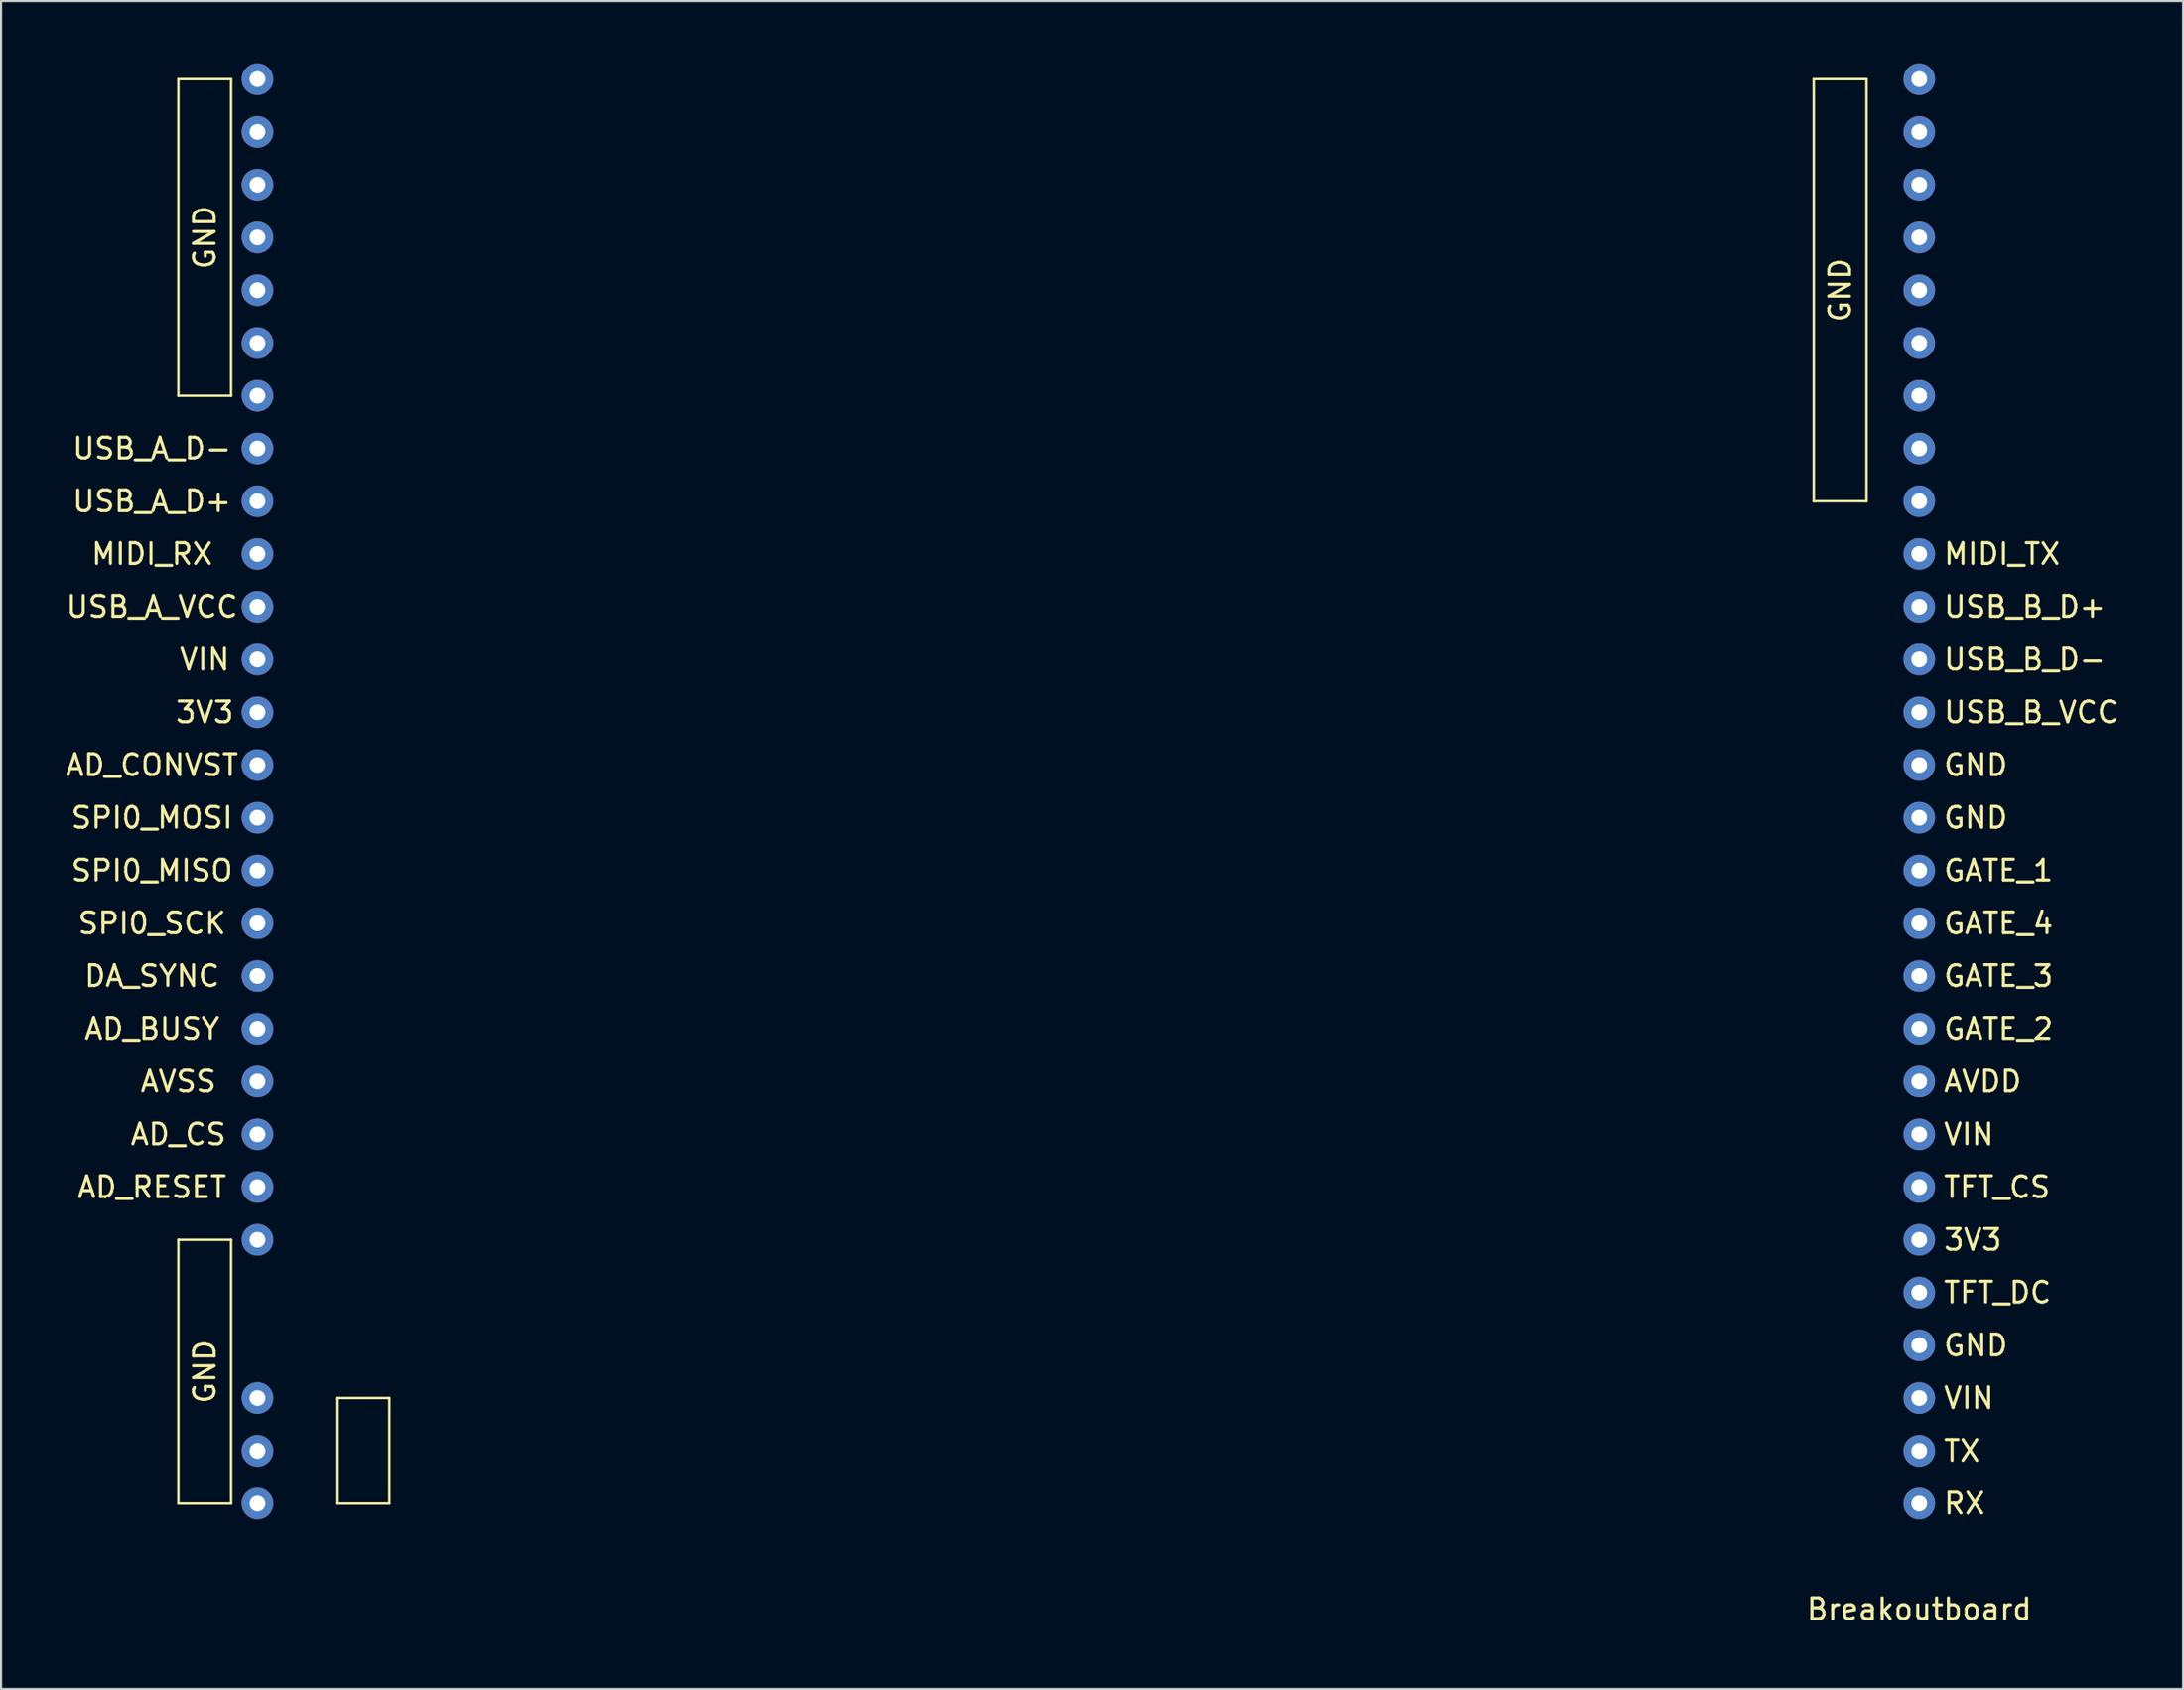
<source format=kicad_pcb>
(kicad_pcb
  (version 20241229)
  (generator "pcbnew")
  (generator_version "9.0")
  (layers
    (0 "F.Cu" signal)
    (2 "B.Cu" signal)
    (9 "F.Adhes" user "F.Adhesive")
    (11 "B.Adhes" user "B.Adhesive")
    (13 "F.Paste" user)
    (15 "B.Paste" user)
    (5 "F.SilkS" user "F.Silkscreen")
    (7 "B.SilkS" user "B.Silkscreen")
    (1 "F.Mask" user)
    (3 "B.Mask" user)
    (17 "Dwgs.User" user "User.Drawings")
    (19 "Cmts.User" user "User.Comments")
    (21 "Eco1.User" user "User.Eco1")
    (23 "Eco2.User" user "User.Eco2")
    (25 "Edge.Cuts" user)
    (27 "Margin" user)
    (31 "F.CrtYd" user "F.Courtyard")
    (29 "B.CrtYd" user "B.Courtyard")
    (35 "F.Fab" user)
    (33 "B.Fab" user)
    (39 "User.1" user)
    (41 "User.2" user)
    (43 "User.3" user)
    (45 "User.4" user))
  (footprint "Breakoutboard"
    (layer "F.Cu")
    (at 89.358 69.342)
    (property "Reference" "Breakoutboard" (at 0 5.08 0) (layer "F.SilkS") (effects (font (size 1 1) (thickness 0.15))))
    (attr through_hole)
    (fp_line (start -83.82 -68.58) (end -83.82 -53.34) (stroke (width 0.12) (type solid)) (layer "F.SilkS"))
    (fp_line (start -83.82 -53.34) (end -81.28 -53.34) (stroke (width 0.12) (type solid)) (layer "F.SilkS"))
    (fp_line (start -83.82 -12.7) (end -83.82 0) (stroke (width 0.12) (type solid)) (layer "F.SilkS"))
    (fp_line (start -83.82 0) (end -81.28 0) (stroke (width 0.12) (type solid)) (layer "F.SilkS"))
    (fp_line (start -81.28 -68.58) (end -83.82 -68.58) (stroke (width 0.12) (type solid)) (layer "F.SilkS"))
    (fp_line (start -81.28 -53.34) (end -81.28 -68.58) (stroke (width 0.12) (type solid)) (layer "F.SilkS"))
    (fp_line (start -81.28 -12.7) (end -83.82 -12.7) (stroke (width 0.12) (type solid)) (layer "F.SilkS"))
    (fp_line (start -81.28 0) (end -81.28 -12.7) (stroke (width 0.12) (type solid)) (layer "F.SilkS"))
    (fp_line (start -76.2 -5.08) (end -73.66 -5.08) (stroke (width 0.12) (type solid)) (layer "F.SilkS"))
    (fp_line (start -76.2 0) (end -76.2 -5.08) (stroke (width 0.12) (type solid)) (layer "F.SilkS"))
    (fp_line (start -73.66 -5.08) (end -73.66 0) (stroke (width 0.12) (type solid)) (layer "F.SilkS"))
    (fp_line (start -73.66 0) (end -76.2 0) (stroke (width 0.12) (type solid)) (layer "F.SilkS"))
    (fp_line (start -5.08 -68.58) (end -5.08 -48.26) (stroke (width 0.12) (type solid)) (layer "F.SilkS"))
    (fp_line (start -5.08 -68.58) (end -2.54 -68.58) (stroke (width 0.12) (type solid)) (layer "F.SilkS"))
    (fp_line (start -5.08 -48.26) (end -2.54 -48.26) (stroke (width 0.12) (type solid)) (layer "F.SilkS"))
    (fp_line (start -2.54 -48.26) (end -2.54 -68.58) (stroke (width 0.12) (type solid)) (layer "F.SilkS"))
    (fp_text user "AD_RESET" (at -85.09 -15.24 0) (layer "F.SilkS") (effects (font (size 1 1) (thickness 0.15))))
    (fp_text user "GATE_4" (at 3.818 -27.94 0) (layer "F.SilkS") (effects (font (size 1 1) (thickness 0.15))))
    (fp_text user "GATE_2" (at 3.818 -22.86 0) (layer "F.SilkS") (effects (font (size 1 1) (thickness 0.15))))
    (fp_text user "USB_B_VCC" (at 5.39 -38.1 0) (layer "F.SilkS") (effects (font (size 1 1) (thickness 0.15))))
    (fp_text user "TFT_DC" (at 3.77 -10.16 0) (layer "F.SilkS") (effects (font (size 1 1) (thickness 0.15))))
    (fp_text user "RX" (at 2.175 0 0) (layer "F.SilkS") (effects (font (size 1 1) (thickness 0.15))))
    (fp_text user "GND" (at 2.723 -35.56 0) (layer "F.SilkS") (effects (font (size 1 1) (thickness 0.15))))
    (fp_text user "SPI0_MISO" (at -85.09 -30.48 0) (layer "F.SilkS") (effects (font (size 1 1) (thickness 0.15))))
    (fp_text user "TX" (at 2.056 -2.54 0) (layer "F.SilkS") (effects (font (size 1 1) (thickness 0.15))))
    (fp_text user "SPI0_SCK" (at -85.09 -27.94 0) (layer "F.SilkS") (effects (font (size 1 1) (thickness 0.15))))
    (fp_text user "USB_A_D-" (at -85.09 -50.8 0) (layer "F.SilkS") (effects (font (size 1 1) (thickness 0.15))))
    (fp_text user "GND" (at -82.55 -60.96 90) (layer "F.SilkS") (effects (font (size 1 1) (thickness 0.15))))
    (fp_text user "GATE_1" (at 3.818 -30.48 0) (layer "F.SilkS") (effects (font (size 1 1) (thickness 0.15))))
    (fp_text user "AD_CONVST" (at -85.09 -35.56 0) (layer "F.SilkS") (effects (font (size 1 1) (thickness 0.15))))
    (fp_text user "VIN" (at -82.55 -40.64 0) (layer "F.SilkS") (effects (font (size 1 1) (thickness 0.15))))
    (fp_text user "VIN" (at 2.39 -5.08 0) (layer "F.SilkS") (effects (font (size 1 1) (thickness 0.15))))
    (fp_text user "3V3" (at 2.58 -12.7 0) (layer "F.SilkS") (effects (font (size 1 1) (thickness 0.15))))
    (fp_text user "USB_A_D+" (at -85.09 -48.26 0) (layer "F.SilkS") (effects (font (size 1 1) (thickness 0.15))))
    (fp_text user "MIDI_RX" (at -85.09 -45.72 0) (layer "F.SilkS") (effects (font (size 1 1) (thickness 0.15))))
    (fp_text user "3V3" (at -82.55 -38.1 0) (layer "F.SilkS") (effects (font (size 1 1) (thickness 0.15))))
    (fp_text user "AD_CS" (at -83.82 -17.78 0) (layer "F.SilkS") (effects (font (size 1 1) (thickness 0.15))))
    (fp_text user "AVSS" (at -83.82 -20.32 0) (layer "F.SilkS") (effects (font (size 1 1) (thickness 0.15))))
    (fp_text user "TFT_CS" (at 3.747 -15.24 0) (layer "F.SilkS") (effects (font (size 1 1) (thickness 0.15))))
    (fp_text user "VIN" (at 2.39 -17.78 0) (layer "F.SilkS") (effects (font (size 1 1) (thickness 0.15))))
    (fp_text user "GATE_3" (at 3.818 -25.4 0) (layer "F.SilkS") (effects (font (size 1 1) (thickness 0.15))))
    (fp_text user "SPI0_MOSI" (at -85.09 -33.02 0) (layer "F.SilkS") (effects (font (size 1 1) (thickness 0.15))))
    (fp_text user "AVDD" (at 3.056 -20.32 0) (layer "F.SilkS") (effects (font (size 1 1) (thickness 0.15))))
    (fp_text user "DA_SYNC" (at -85.09 -25.4 0) (layer "F.SilkS") (effects (font (size 1 1) (thickness 0.15))))
    (fp_text user "USB_B_D+" (at 5.08 -43.18 0) (layer "F.SilkS") (effects (font (size 1 1) (thickness 0.15))))
    (fp_text user "GND" (at -3.81 -58.42 90) (layer "F.SilkS") (effects (font (size 1 1) (thickness 0.15))))
    (fp_text user "MIDI_TX" (at 3.985 -45.72 0) (layer "F.SilkS") (effects (font (size 1 1) (thickness 0.15))))
    (fp_text user "GND" (at 2.723 -7.62 0) (layer "F.SilkS") (effects (font (size 1 1) (thickness 0.15))))
    (fp_text user "AD_BUSY" (at -85.09 -22.86 0) (layer "F.SilkS") (effects (font (size 1 1) (thickness 0.15))))
    (fp_text user "GND" (at 2.723 -33.02 0) (layer "F.SilkS") (effects (font (size 1 1) (thickness 0.15))))
    (fp_text user "GND" (at -82.55 -6.35 90) (layer "F.SilkS") (effects (font (size 1 1) (thickness 0.15))))
    (fp_text user "USB_B_D-" (at 5.08 -40.64 0) (layer "F.SilkS") (effects (font (size 1 1) (thickness 0.15))))
    (fp_text user "USB_A_VCC" (at -85.09 -43.18 0) (layer "F.SilkS") (effects (font (size 1 1) (thickness 0.15))))
    (pad "1" thru_hole circle (at 0 0) (size 1.524 1.524) (drill 0.762) (layers "*.Cu" "*.Mask"))
    (pad "2" thru_hole circle (at 0 -2.54) (size 1.524 1.524) (drill 0.762) (layers "*.Cu" "*.Mask"))
    (pad "3" thru_hole circle (at 0 -5.08) (size 1.524 1.524) (drill 0.762) (layers "*.Cu" "*.Mask"))
    (pad "4" thru_hole circle (at 0 -7.62) (size 1.524 1.524) (drill 0.762) (layers "*.Cu" "*.Mask"))
    (pad "5" thru_hole circle (at 0 -10.16) (size 1.524 1.524) (drill 0.762) (layers "*.Cu" "*.Mask"))
    (pad "6" thru_hole circle (at 0 -12.7) (size 1.524 1.524) (drill 0.762) (layers "*.Cu" "*.Mask"))
    (pad "7" thru_hole circle (at 0 -15.24) (size 1.524 1.524) (drill 0.762) (layers "*.Cu" "*.Mask"))
    (pad "8" thru_hole circle (at 0 -17.78) (size 1.524 1.524) (drill 0.762) (layers "*.Cu" "*.Mask"))
    (pad "9" thru_hole circle (at 0 -20.32) (size 1.524 1.524) (drill 0.762) (layers "*.Cu" "*.Mask"))
    (pad "10" thru_hole circle (at 0 -22.86) (size 1.524 1.524) (drill 0.762) (layers "*.Cu" "*.Mask"))
    (pad "11" thru_hole circle (at 0 -25.4) (size 1.524 1.524) (drill 0.762) (layers "*.Cu" "*.Mask"))
    (pad "12" thru_hole circle (at 0 -27.94) (size 1.524 1.524) (drill 0.762) (layers "*.Cu" "*.Mask"))
    (pad "13" thru_hole circle (at 0 -30.48) (size 1.524 1.524) (drill 0.762) (layers "*.Cu" "*.Mask"))
    (pad "14" thru_hole circle (at 0 -33.02) (size 1.524 1.524) (drill 0.762) (layers "*.Cu" "*.Mask"))
    (pad "15" thru_hole circle (at 0 -35.56) (size 1.524 1.524) (drill 0.762) (layers "*.Cu" "*.Mask"))
    (pad "16" thru_hole circle (at 0 -38.1) (size 1.524 1.524) (drill 0.762) (layers "*.Cu" "*.Mask"))
    (pad "17" thru_hole circle (at 0 -40.64) (size 1.524 1.524) (drill 0.762) (layers "*.Cu" "*.Mask"))
    (pad "18" thru_hole circle (at 0 -43.18) (size 1.524 1.524) (drill 0.762) (layers "*.Cu" "*.Mask"))
    (pad "19" thru_hole circle (at 0 -45.72) (size 1.524 1.524) (drill 0.762) (layers "*.Cu" "*.Mask"))
    (pad "20" thru_hole circle (at 0 -48.26) (size 1.524 1.524) (drill 0.762) (layers "*.Cu" "*.Mask"))
    (pad "21" thru_hole circle (at 0 -50.8) (size 1.524 1.524) (drill 0.762) (layers "*.Cu" "*.Mask"))
    (pad "22" thru_hole circle (at 0 -53.34) (size 1.524 1.524) (drill 0.762) (layers "*.Cu" "*.Mask"))
    (pad "23" thru_hole circle (at 0 -55.88) (size 1.524 1.524) (drill 0.762) (layers "*.Cu" "*.Mask"))
    (pad "24" thru_hole circle (at 0 -58.42) (size 1.524 1.524) (drill 0.762) (layers "*.Cu" "*.Mask"))
    (pad "25" thru_hole circle (at 0 -60.96) (size 1.524 1.524) (drill 0.762) (layers "*.Cu" "*.Mask"))
    (pad "26" thru_hole circle (at 0 -63.5) (size 1.524 1.524) (drill 0.762) (layers "*.Cu" "*.Mask"))
    (pad "27" thru_hole circle (at 0 -66.04) (size 1.524 1.524) (drill 0.762) (layers "*.Cu" "*.Mask"))
    (pad "28" thru_hole circle (at 0 -68.58) (size 1.524 1.524) (drill 0.762) (layers "*.Cu" "*.Mask"))
    (pad "29" thru_hole circle (at -80.01 0) (size 1.524 1.524) (drill 0.762) (layers "*.Cu" "*.Mask"))
    (pad "30" thru_hole circle (at -80.01 -2.54) (size 1.524 1.524) (drill 0.762) (layers "*.Cu" "*.Mask"))
    (pad "31" thru_hole circle (at -80.01 -5.08) (size 1.524 1.524) (drill 0.762) (layers "*.Cu" "*.Mask"))
    (pad "32" thru_hole circle (at -80.01 -12.7) (size 1.524 1.524) (drill 0.762) (layers "*.Cu" "*.Mask"))
    (pad "33" thru_hole circle (at -80.01 -15.24) (size 1.524 1.524) (drill 0.762) (layers "*.Cu" "*.Mask"))
    (pad "34" thru_hole circle (at -80.01 -17.78) (size 1.524 1.524) (drill 0.762) (layers "*.Cu" "*.Mask"))
    (pad "35" thru_hole circle (at -80.01 -20.32) (size 1.524 1.524) (drill 0.762) (layers "*.Cu" "*.Mask"))
    (pad "36" thru_hole circle (at -80.01 -22.86) (size 1.524 1.524) (drill 0.762) (layers "*.Cu" "*.Mask"))
    (pad "37" thru_hole circle (at -80.01 -25.4) (size 1.524 1.524) (drill 0.762) (layers "*.Cu" "*.Mask"))
    (pad "38" thru_hole circle (at -80.01 -27.94) (size 1.524 1.524) (drill 0.762) (layers "*.Cu" "*.Mask"))
    (pad "39" thru_hole circle (at -80.01 -30.48) (size 1.524 1.524) (drill 0.762) (layers "*.Cu" "*.Mask"))
    (pad "40" thru_hole circle (at -80.01 -33.02) (size 1.524 1.524) (drill 0.762) (layers "*.Cu" "*.Mask"))
    (pad "41" thru_hole circle (at -80.01 -35.56) (size 1.524 1.524) (drill 0.762) (layers "*.Cu" "*.Mask"))
    (pad "42" thru_hole circle (at -80.01 -38.1) (size 1.524 1.524) (drill 0.762) (layers "*.Cu" "*.Mask"))
    (pad "43" thru_hole circle (at -80.01 -40.64) (size 1.524 1.524) (drill 0.762) (layers "*.Cu" "*.Mask"))
    (pad "44" thru_hole circle (at -80.01 -43.18) (size 1.524 1.524) (drill 0.762) (layers "*.Cu" "*.Mask"))
    (pad "45" thru_hole circle (at -80.01 -45.72) (size 1.524 1.524) (drill 0.762) (layers "*.Cu" "*.Mask"))
    (pad "46" thru_hole circle (at -80.01 -48.26) (size 1.524 1.524) (drill 0.762) (layers "*.Cu" "*.Mask"))
    (pad "47" thru_hole circle (at -80.01 -50.8) (size 1.524 1.524) (drill 0.762) (layers "*.Cu" "*.Mask"))
    (pad "48" thru_hole circle (at -80.01 -53.34) (size 1.524 1.524) (drill 0.762) (layers "*.Cu" "*.Mask"))
    (pad "49" thru_hole circle (at -80.01 -55.88) (size 1.524 1.524) (drill 0.762) (layers "*.Cu" "*.Mask"))
    (pad "50" thru_hole circle (at -80.01 -58.42) (size 1.524 1.524) (drill 0.762) (layers "*.Cu" "*.Mask"))
    (pad "51" thru_hole circle (at -80.01 -60.96) (size 1.524 1.524) (drill 0.762) (layers "*.Cu" "*.Mask"))
    (pad "52" thru_hole circle (at -80.01 -63.5) (size 1.524 1.524) (drill 0.762) (layers "*.Cu" "*.Mask"))
    (pad "53" thru_hole circle (at -80.01 -66.04) (size 1.524 1.524) (drill 0.762) (layers "*.Cu" "*.Mask"))
    (pad "54" thru_hole circle (at -80.01 -68.58) (size 1.524 1.524) (drill 0.762) (layers "*.Cu" "*.Mask")))
  (gr_rect
    (start -3 -3)
    (end 102.063 78.27)
    (stroke (width 0.1) (type default))
    (fill no)
    (layer "Edge.Cuts")))
</source>
